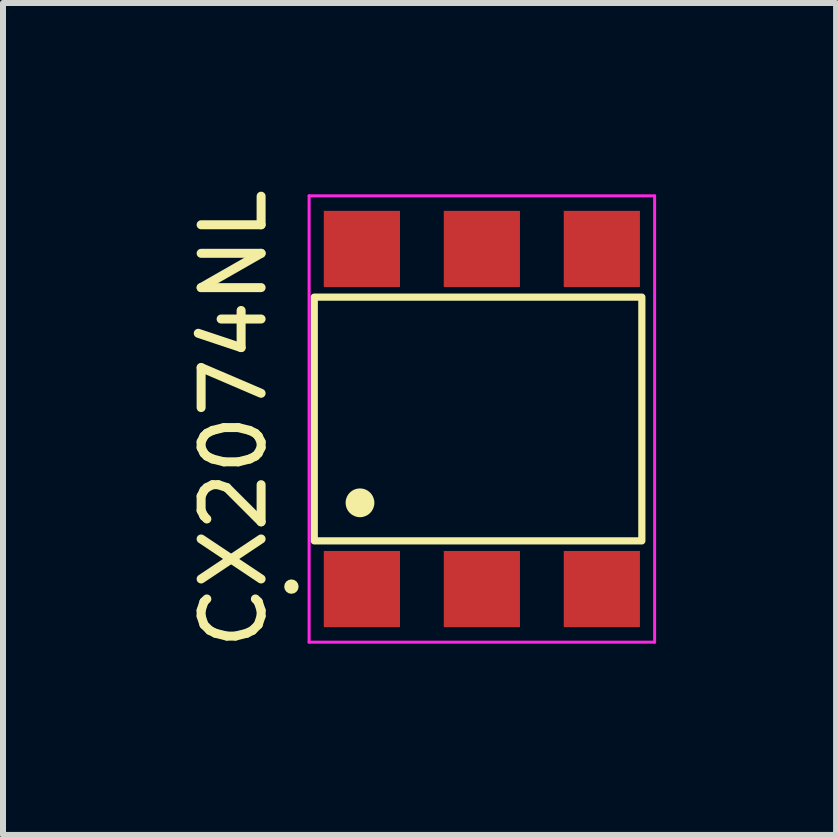
<source format=kicad_pcb>
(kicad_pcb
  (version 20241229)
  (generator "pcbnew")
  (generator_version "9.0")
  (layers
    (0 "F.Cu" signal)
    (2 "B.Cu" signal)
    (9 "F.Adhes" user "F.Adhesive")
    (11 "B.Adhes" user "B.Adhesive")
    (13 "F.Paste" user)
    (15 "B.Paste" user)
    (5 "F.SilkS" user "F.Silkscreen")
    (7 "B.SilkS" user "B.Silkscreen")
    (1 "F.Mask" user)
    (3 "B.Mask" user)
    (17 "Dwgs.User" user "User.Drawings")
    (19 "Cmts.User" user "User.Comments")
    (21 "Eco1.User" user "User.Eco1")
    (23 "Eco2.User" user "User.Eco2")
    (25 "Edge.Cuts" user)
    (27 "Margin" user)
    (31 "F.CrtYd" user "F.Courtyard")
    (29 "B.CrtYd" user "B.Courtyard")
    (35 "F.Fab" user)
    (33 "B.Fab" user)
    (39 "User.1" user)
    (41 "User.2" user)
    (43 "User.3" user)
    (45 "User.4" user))
  (footprint "CX2074NL"
    (layer "F.Cu")
    (at 4.983 3.935)
    (property "Reference" "CX2074NL" (at -4.135 0 90) (layer "F.SilkS") (effects (font (size 1 1) (thickness 0.15))))
    (attr through_hole)
    (fp_rect (start -2.794 -2.032) (end 2.667 2.032) (stroke (width 0.12) (type solid)) (fill no) (layer "F.SilkS"))
    (fp_circle (center -3.175 2.794) (end -3.175 2.794) (stroke (width 0.12) (type solid)) (fill no) (layer "F.SilkS"))
    (fp_circle (center -2.032 1.397) (end -1.852 1.397) (stroke (width 0.12) (type solid)) (fill yes) (layer "F.SilkS"))
    (fp_line (start -2.88 -3.72) (end 2.88 -3.72) (stroke (width 0.05) (type solid)) (layer "F.CrtYd"))
    (fp_line (start -2.88 3.72) (end -2.88 -3.72) (stroke (width 0.05) (type solid)) (layer "F.CrtYd"))
    (fp_line (start 2.88 -3.72) (end 2.88 3.72) (stroke (width 0.05) (type solid)) (layer "F.CrtYd"))
    (fp_line (start 2.88 3.72) (end -2.88 3.72) (stroke (width 0.05) (type solid)) (layer "F.CrtYd"))
    (pad "1" smd rect (at -2 2.835) (size 1.27 1.27) (layers "F.Cu" "F.Mask" "F.Paste"))
    (pad "2" smd rect (at 0 2.835) (size 1.27 1.27) (layers "F.Cu" "F.Mask" "F.Paste"))
    (pad "3" smd rect (at 2 2.835) (size 1.27 1.27) (layers "F.Cu" "F.Mask" "F.Paste"))
    (pad "4" smd rect (at 2 -2.835) (size 1.27 1.27) (layers "F.Cu" "F.Mask" "F.Paste"))
    (pad "5" smd rect (at 0 -2.835) (size 1.27 1.27) (layers "F.Cu" "F.Mask" "F.Paste"))
    (pad "6" smd rect (at -2 -2.835) (size 1.27 1.27) (layers "F.Cu" "F.Mask" "F.Paste")))
  (gr_rect
    (start -3 -3)
    (end 10.888 10.869)
    (stroke (width 0.1) (type default))
    (fill no)
    (layer "Edge.Cuts")))
</source>
